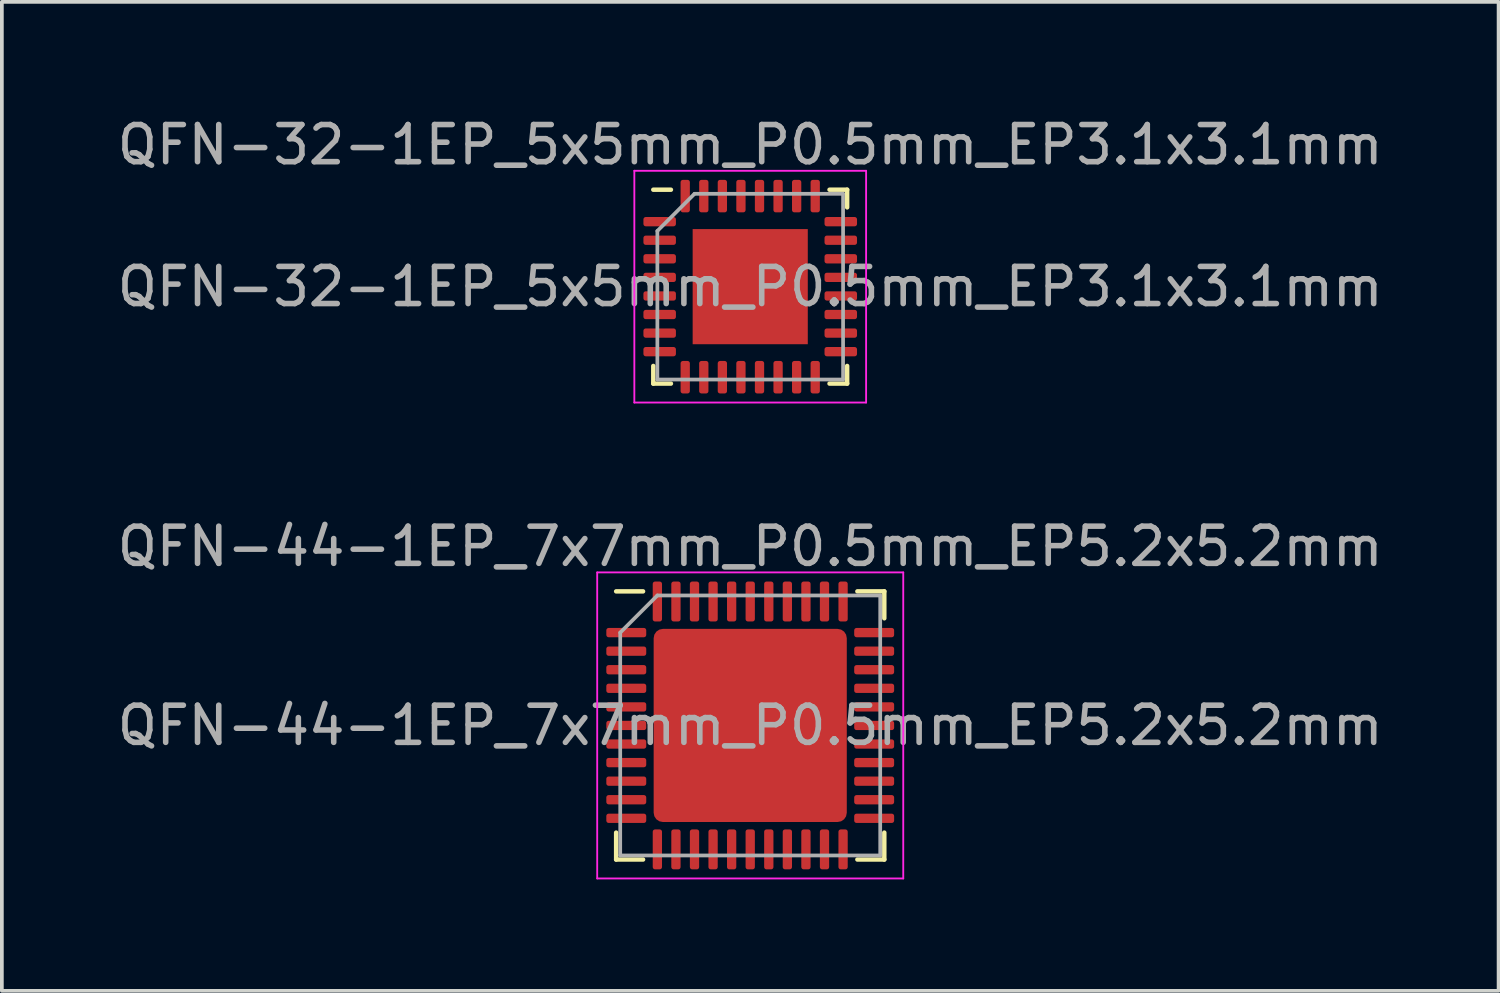
<source format=kicad_pcb>
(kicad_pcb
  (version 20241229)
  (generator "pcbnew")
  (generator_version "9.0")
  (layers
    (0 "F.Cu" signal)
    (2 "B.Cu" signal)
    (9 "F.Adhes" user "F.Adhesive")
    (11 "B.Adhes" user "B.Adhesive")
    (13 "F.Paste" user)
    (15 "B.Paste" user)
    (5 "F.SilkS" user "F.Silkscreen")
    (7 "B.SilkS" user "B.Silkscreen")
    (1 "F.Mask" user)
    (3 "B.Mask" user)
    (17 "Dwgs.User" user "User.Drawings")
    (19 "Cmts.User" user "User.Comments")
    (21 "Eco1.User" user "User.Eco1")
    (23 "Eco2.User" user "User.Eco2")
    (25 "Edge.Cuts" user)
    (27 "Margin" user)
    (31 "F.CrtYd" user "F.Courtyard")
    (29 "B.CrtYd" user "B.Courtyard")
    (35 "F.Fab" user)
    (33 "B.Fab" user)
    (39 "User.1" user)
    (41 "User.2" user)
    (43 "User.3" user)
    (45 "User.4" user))
  (footprint "QFN-32-1EP_5x5mm_P0.5mm_EP3.1x3.1mm"
    (layer "F.Cu")
    (at 17.149 4.668)
    (property "Reference" "QFN-32-1EP_5x5mm_P0.5mm_EP3.1x3.1mm" (at 0 -3.82 180) (layer "F.Fab") (effects (font (size 1 1) (thickness 0.15))))
    (attr smd)
    (fp_line (start -2.61 2.61) (end -2.61 2.135) (stroke (width 0.12) (type solid)) (layer "F.SilkS"))
    (fp_line (start -2.135 -2.61) (end -2.61 -2.61) (stroke (width 0.12) (type solid)) (layer "F.SilkS"))
    (fp_line (start -2.135 2.61) (end -2.61 2.61) (stroke (width 0.12) (type solid)) (layer "F.SilkS"))
    (fp_line (start 2.135 -2.61) (end 2.61 -2.61) (stroke (width 0.12) (type solid)) (layer "F.SilkS"))
    (fp_line (start 2.135 2.61) (end 2.61 2.61) (stroke (width 0.12) (type solid)) (layer "F.SilkS"))
    (fp_line (start 2.61 -2.61) (end 2.61 -2.135) (stroke (width 0.12) (type solid)) (layer "F.SilkS"))
    (fp_line (start 2.61 2.61) (end 2.61 2.135) (stroke (width 0.12) (type solid)) (layer "F.SilkS"))
    (fp_line (start -3.12 -3.12) (end -3.12 3.12) (stroke (width 0.05) (type solid)) (layer "F.CrtYd"))
    (fp_line (start -3.12 3.12) (end 3.12 3.12) (stroke (width 0.05) (type solid)) (layer "F.CrtYd"))
    (fp_line (start 3.12 -3.12) (end -3.12 -3.12) (stroke (width 0.05) (type solid)) (layer "F.CrtYd"))
    (fp_line (start 3.12 3.12) (end 3.12 -3.12) (stroke (width 0.05) (type solid)) (layer "F.CrtYd"))
    (fp_line (start -2.5 -1.5) (end -1.5 -2.5) (stroke (width 0.1) (type solid)) (layer "F.Fab"))
    (fp_line (start -2.5 2.5) (end -2.5 -1.5) (stroke (width 0.1) (type solid)) (layer "F.Fab"))
    (fp_line (start -1.5 -2.5) (end 2.5 -2.5) (stroke (width 0.1) (type solid)) (layer "F.Fab"))
    (fp_line (start 2.5 -2.5) (end 2.5 2.5) (stroke (width 0.1) (type solid)) (layer "F.Fab"))
    (fp_line (start 2.5 2.5) (end -2.5 2.5) (stroke (width 0.1) (type solid)) (layer "F.Fab"))
    (fp_text user "${REFERENCE}" (at 0 0 180) (layer "F.Fab") (effects (font (size 1 1) (thickness 0.15))))
    (pad "" smd roundrect (at -1.03 -1.03) (size 0.83 0.83) (layers "F.Paste") (roundrect_rratio 0.25))
    (pad "" smd roundrect (at -1.03 0) (size 0.83 0.83) (layers "F.Paste") (roundrect_rratio 0.25))
    (pad "" smd roundrect (at -1.03 1.03) (size 0.83 0.83) (layers "F.Paste") (roundrect_rratio 0.25))
    (pad "" smd roundrect (at 0 -1.03) (size 0.83 0.83) (layers "F.Paste") (roundrect_rratio 0.25))
    (pad "" smd roundrect (at 0 0) (size 0.83 0.83) (layers "F.Paste") (roundrect_rratio 0.25))
    (pad "" smd roundrect (at 0 1.03) (size 0.83 0.83) (layers "F.Paste") (roundrect_rratio 0.25))
    (pad "" smd roundrect (at 1.03 -1.03) (size 0.83 0.83) (layers "F.Paste") (roundrect_rratio 0.25))
    (pad "" smd roundrect (at 1.03 0) (size 0.83 0.83) (layers "F.Paste") (roundrect_rratio 0.25))
    (pad "" smd roundrect (at 1.03 1.03) (size 0.83 0.83) (layers "F.Paste") (roundrect_rratio 0.25))
    (pad "1" smd roundrect (at -2.438 -1.75) (size 0.875 0.25) (layers "F.Cu" "F.Mask" "F.Paste") (roundrect_rratio 0.25))
    (pad "2" smd roundrect (at -2.438 -1.25) (size 0.875 0.25) (layers "F.Cu" "F.Mask" "F.Paste") (roundrect_rratio 0.25))
    (pad "3" smd roundrect (at -2.438 -0.75) (size 0.875 0.25) (layers "F.Cu" "F.Mask" "F.Paste") (roundrect_rratio 0.25))
    (pad "4" smd roundrect (at -2.438 -0.25) (size 0.875 0.25) (layers "F.Cu" "F.Mask" "F.Paste") (roundrect_rratio 0.25))
    (pad "5" smd roundrect (at -2.438 0.25) (size 0.875 0.25) (layers "F.Cu" "F.Mask" "F.Paste") (roundrect_rratio 0.25))
    (pad "6" smd roundrect (at -2.438 0.75) (size 0.875 0.25) (layers "F.Cu" "F.Mask" "F.Paste") (roundrect_rratio 0.25))
    (pad "7" smd roundrect (at -2.438 1.25) (size 0.875 0.25) (layers "F.Cu" "F.Mask" "F.Paste") (roundrect_rratio 0.25))
    (pad "8" smd roundrect (at -2.438 1.75) (size 0.875 0.25) (layers "F.Cu" "F.Mask" "F.Paste") (roundrect_rratio 0.25))
    (pad "9" smd roundrect (at -1.75 2.438) (size 0.25 0.875) (layers "F.Cu" "F.Mask" "F.Paste") (roundrect_rratio 0.25))
    (pad "10" smd roundrect (at -1.25 2.438) (size 0.25 0.875) (layers "F.Cu" "F.Mask" "F.Paste") (roundrect_rratio 0.25))
    (pad "11" smd roundrect (at -0.75 2.438) (size 0.25 0.875) (layers "F.Cu" "F.Mask" "F.Paste") (roundrect_rratio 0.25))
    (pad "12" smd roundrect (at -0.25 2.438) (size 0.25 0.875) (layers "F.Cu" "F.Mask" "F.Paste") (roundrect_rratio 0.25))
    (pad "13" smd roundrect (at 0.25 2.438) (size 0.25 0.875) (layers "F.Cu" "F.Mask" "F.Paste") (roundrect_rratio 0.25))
    (pad "14" smd roundrect (at 0.75 2.438) (size 0.25 0.875) (layers "F.Cu" "F.Mask" "F.Paste") (roundrect_rratio 0.25))
    (pad "15" smd roundrect (at 1.25 2.438) (size 0.25 0.875) (layers "F.Cu" "F.Mask" "F.Paste") (roundrect_rratio 0.25))
    (pad "16" smd roundrect (at 1.75 2.438) (size 0.25 0.875) (layers "F.Cu" "F.Mask" "F.Paste") (roundrect_rratio 0.25))
    (pad "17" smd roundrect (at 2.438 1.75) (size 0.875 0.25) (layers "F.Cu" "F.Mask" "F.Paste") (roundrect_rratio 0.25))
    (pad "18" smd roundrect (at 2.438 1.25) (size 0.875 0.25) (layers "F.Cu" "F.Mask" "F.Paste") (roundrect_rratio 0.25))
    (pad "19" smd roundrect (at 2.438 0.75) (size 0.875 0.25) (layers "F.Cu" "F.Mask" "F.Paste") (roundrect_rratio 0.25))
    (pad "20" smd roundrect (at 2.438 0.25) (size 0.875 0.25) (layers "F.Cu" "F.Mask" "F.Paste") (roundrect_rratio 0.25))
    (pad "21" smd roundrect (at 2.438 -0.25) (size 0.875 0.25) (layers "F.Cu" "F.Mask" "F.Paste") (roundrect_rratio 0.25))
    (pad "22" smd roundrect (at 2.438 -0.75) (size 0.875 0.25) (layers "F.Cu" "F.Mask" "F.Paste") (roundrect_rratio 0.25))
    (pad "23" smd roundrect (at 2.438 -1.25) (size 0.875 0.25) (layers "F.Cu" "F.Mask" "F.Paste") (roundrect_rratio 0.25))
    (pad "24" smd roundrect (at 2.438 -1.75) (size 0.875 0.25) (layers "F.Cu" "F.Mask" "F.Paste") (roundrect_rratio 0.25))
    (pad "25" smd roundrect (at 1.75 -2.438) (size 0.25 0.875) (layers "F.Cu" "F.Mask" "F.Paste") (roundrect_rratio 0.25))
    (pad "26" smd roundrect (at 1.25 -2.438) (size 0.25 0.875) (layers "F.Cu" "F.Mask" "F.Paste") (roundrect_rratio 0.25))
    (pad "27" smd roundrect (at 0.75 -2.438) (size 0.25 0.875) (layers "F.Cu" "F.Mask" "F.Paste") (roundrect_rratio 0.25))
    (pad "28" smd roundrect (at 0.25 -2.438) (size 0.25 0.875) (layers "F.Cu" "F.Mask" "F.Paste") (roundrect_rratio 0.25))
    (pad "29" smd roundrect (at -0.25 -2.438) (size 0.25 0.875) (layers "F.Cu" "F.Mask" "F.Paste") (roundrect_rratio 0.25))
    (pad "30" smd roundrect (at -0.75 -2.438) (size 0.25 0.875) (layers "F.Cu" "F.Mask" "F.Paste") (roundrect_rratio 0.25))
    (pad "31" smd roundrect (at -1.25 -2.438) (size 0.25 0.875) (layers "F.Cu" "F.Mask" "F.Paste") (roundrect_rratio 0.25))
    (pad "32" smd roundrect (at -1.75 -2.438) (size 0.25 0.875) (layers "F.Cu" "F.Mask" "F.Paste") (roundrect_rratio 0.25))
    (pad "33" smd rect (at 0 0) (size 3.1 3.1) (layers "F.Cu" "F.Mask")))
  (footprint "QFN-44-1EP_7x7mm_P0.5mm_EP5.2x5.2mm"
    (layer "F.Cu")
    (at 17.149 16.482)
    (property "Reference" "QFN-44-1EP_7x7mm_P0.5mm_EP5.2x5.2mm" (at 0 -4.82 0) (layer "F.Fab") (effects (font (size 1 1) (thickness 0.15))))
    (attr smd)
    (fp_line (start -3.61 3.61) (end -3.61 2.885) (stroke (width 0.12) (type solid)) (layer "F.SilkS"))
    (fp_line (start -2.885 -3.61) (end -3.61 -3.61) (stroke (width 0.12) (type solid)) (layer "F.SilkS"))
    (fp_line (start -2.885 3.61) (end -3.61 3.61) (stroke (width 0.12) (type solid)) (layer "F.SilkS"))
    (fp_line (start 2.885 -3.61) (end 3.61 -3.61) (stroke (width 0.12) (type solid)) (layer "F.SilkS"))
    (fp_line (start 2.885 3.61) (end 3.61 3.61) (stroke (width 0.12) (type solid)) (layer "F.SilkS"))
    (fp_line (start 3.61 -3.61) (end 3.61 -2.885) (stroke (width 0.12) (type solid)) (layer "F.SilkS"))
    (fp_line (start 3.61 3.61) (end 3.61 2.885) (stroke (width 0.12) (type solid)) (layer "F.SilkS"))
    (fp_line (start -4.12 -4.12) (end -4.12 4.12) (stroke (width 0.05) (type solid)) (layer "F.CrtYd"))
    (fp_line (start -4.12 4.12) (end 4.12 4.12) (stroke (width 0.05) (type solid)) (layer "F.CrtYd"))
    (fp_line (start 4.12 -4.12) (end -4.12 -4.12) (stroke (width 0.05) (type solid)) (layer "F.CrtYd"))
    (fp_line (start 4.12 4.12) (end 4.12 -4.12) (stroke (width 0.05) (type solid)) (layer "F.CrtYd"))
    (fp_line (start -3.5 -2.5) (end -2.5 -3.5) (stroke (width 0.1) (type solid)) (layer "F.Fab"))
    (fp_line (start -3.5 3.5) (end -3.5 -2.5) (stroke (width 0.1) (type solid)) (layer "F.Fab"))
    (fp_line (start -2.5 -3.5) (end 3.5 -3.5) (stroke (width 0.1) (type solid)) (layer "F.Fab"))
    (fp_line (start 3.5 -3.5) (end 3.5 3.5) (stroke (width 0.1) (type solid)) (layer "F.Fab"))
    (fp_line (start 3.5 3.5) (end -3.5 3.5) (stroke (width 0.1) (type solid)) (layer "F.Fab"))
    (fp_text user "${REFERENCE}" (at 0 0 0) (layer "F.Fab") (effects (font (size 1 1) (thickness 0.15))))
    (pad "" smd roundrect (at -1.95 -1.95) (size 1.05 1.05) (layers "F.Paste") (roundrect_rratio 0.238))
    (pad "" smd roundrect (at -1.95 -0.65) (size 1.05 1.05) (layers "F.Paste") (roundrect_rratio 0.238))
    (pad "" smd roundrect (at -1.95 0.65) (size 1.05 1.05) (layers "F.Paste") (roundrect_rratio 0.238))
    (pad "" smd roundrect (at -1.95 1.95) (size 1.05 1.05) (layers "F.Paste") (roundrect_rratio 0.238))
    (pad "" smd roundrect (at -0.65 -1.95) (size 1.05 1.05) (layers "F.Paste") (roundrect_rratio 0.238))
    (pad "" smd roundrect (at -0.65 -0.65) (size 1.05 1.05) (layers "F.Paste") (roundrect_rratio 0.238))
    (pad "" smd roundrect (at -0.65 0.65) (size 1.05 1.05) (layers "F.Paste") (roundrect_rratio 0.238))
    (pad "" smd roundrect (at -0.65 1.95) (size 1.05 1.05) (layers "F.Paste") (roundrect_rratio 0.238))
    (pad "" smd roundrect (at 0.65 -1.95) (size 1.05 1.05) (layers "F.Paste") (roundrect_rratio 0.238))
    (pad "" smd roundrect (at 0.65 -0.65) (size 1.05 1.05) (layers "F.Paste") (roundrect_rratio 0.238))
    (pad "" smd roundrect (at 0.65 0.65) (size 1.05 1.05) (layers "F.Paste") (roundrect_rratio 0.238))
    (pad "" smd roundrect (at 0.65 1.95) (size 1.05 1.05) (layers "F.Paste") (roundrect_rratio 0.238))
    (pad "" smd roundrect (at 1.95 -1.95) (size 1.05 1.05) (layers "F.Paste") (roundrect_rratio 0.238))
    (pad "" smd roundrect (at 1.95 -0.65) (size 1.05 1.05) (layers "F.Paste") (roundrect_rratio 0.238))
    (pad "" smd roundrect (at 1.95 0.65) (size 1.05 1.05) (layers "F.Paste") (roundrect_rratio 0.238))
    (pad "" smd roundrect (at 1.95 1.95) (size 1.05 1.05) (layers "F.Paste") (roundrect_rratio 0.238))
    (pad "1" smd roundrect (at -3.337 -2.5) (size 1.075 0.25) (layers "F.Cu" "F.Mask" "F.Paste") (roundrect_rratio 0.25))
    (pad "2" smd roundrect (at -3.337 -2) (size 1.075 0.25) (layers "F.Cu" "F.Mask" "F.Paste") (roundrect_rratio 0.25))
    (pad "3" smd roundrect (at -3.337 -1.5) (size 1.075 0.25) (layers "F.Cu" "F.Mask" "F.Paste") (roundrect_rratio 0.25))
    (pad "4" smd roundrect (at -3.337 -1) (size 1.075 0.25) (layers "F.Cu" "F.Mask" "F.Paste") (roundrect_rratio 0.25))
    (pad "5" smd roundrect (at -3.337 -0.5) (size 1.075 0.25) (layers "F.Cu" "F.Mask" "F.Paste") (roundrect_rratio 0.25))
    (pad "6" smd roundrect (at -3.337 0) (size 1.075 0.25) (layers "F.Cu" "F.Mask" "F.Paste") (roundrect_rratio 0.25))
    (pad "7" smd roundrect (at -3.337 0.5) (size 1.075 0.25) (layers "F.Cu" "F.Mask" "F.Paste") (roundrect_rratio 0.25))
    (pad "8" smd roundrect (at -3.337 1) (size 1.075 0.25) (layers "F.Cu" "F.Mask" "F.Paste") (roundrect_rratio 0.25))
    (pad "9" smd roundrect (at -3.337 1.5) (size 1.075 0.25) (layers "F.Cu" "F.Mask" "F.Paste") (roundrect_rratio 0.25))
    (pad "10" smd roundrect (at -3.337 2) (size 1.075 0.25) (layers "F.Cu" "F.Mask" "F.Paste") (roundrect_rratio 0.25))
    (pad "11" smd roundrect (at -3.337 2.5) (size 1.075 0.25) (layers "F.Cu" "F.Mask" "F.Paste") (roundrect_rratio 0.25))
    (pad "12" smd roundrect (at -2.5 3.337) (size 0.25 1.075) (layers "F.Cu" "F.Mask" "F.Paste") (roundrect_rratio 0.25))
    (pad "13" smd roundrect (at -2 3.337) (size 0.25 1.075) (layers "F.Cu" "F.Mask" "F.Paste") (roundrect_rratio 0.25))
    (pad "14" smd roundrect (at -1.5 3.337) (size 0.25 1.075) (layers "F.Cu" "F.Mask" "F.Paste") (roundrect_rratio 0.25))
    (pad "15" smd roundrect (at -1 3.337) (size 0.25 1.075) (layers "F.Cu" "F.Mask" "F.Paste") (roundrect_rratio 0.25))
    (pad "16" smd roundrect (at -0.5 3.337) (size 0.25 1.075) (layers "F.Cu" "F.Mask" "F.Paste") (roundrect_rratio 0.25))
    (pad "17" smd roundrect (at 0 3.337) (size 0.25 1.075) (layers "F.Cu" "F.Mask" "F.Paste") (roundrect_rratio 0.25))
    (pad "18" smd roundrect (at 0.5 3.337) (size 0.25 1.075) (layers "F.Cu" "F.Mask" "F.Paste") (roundrect_rratio 0.25))
    (pad "19" smd roundrect (at 1 3.337) (size 0.25 1.075) (layers "F.Cu" "F.Mask" "F.Paste") (roundrect_rratio 0.25))
    (pad "20" smd roundrect (at 1.5 3.337) (size 0.25 1.075) (layers "F.Cu" "F.Mask" "F.Paste") (roundrect_rratio 0.25))
    (pad "21" smd roundrect (at 2 3.337) (size 0.25 1.075) (layers "F.Cu" "F.Mask" "F.Paste") (roundrect_rratio 0.25))
    (pad "22" smd roundrect (at 2.5 3.337) (size 0.25 1.075) (layers "F.Cu" "F.Mask" "F.Paste") (roundrect_rratio 0.25))
    (pad "23" smd roundrect (at 3.337 2.5) (size 1.075 0.25) (layers "F.Cu" "F.Mask" "F.Paste") (roundrect_rratio 0.25))
    (pad "24" smd roundrect (at 3.337 2) (size 1.075 0.25) (layers "F.Cu" "F.Mask" "F.Paste") (roundrect_rratio 0.25))
    (pad "25" smd roundrect (at 3.337 1.5) (size 1.075 0.25) (layers "F.Cu" "F.Mask" "F.Paste") (roundrect_rratio 0.25))
    (pad "26" smd roundrect (at 3.337 1) (size 1.075 0.25) (layers "F.Cu" "F.Mask" "F.Paste") (roundrect_rratio 0.25))
    (pad "27" smd roundrect (at 3.337 0.5) (size 1.075 0.25) (layers "F.Cu" "F.Mask" "F.Paste") (roundrect_rratio 0.25))
    (pad "28" smd roundrect (at 3.337 0) (size 1.075 0.25) (layers "F.Cu" "F.Mask" "F.Paste") (roundrect_rratio 0.25))
    (pad "29" smd roundrect (at 3.337 -0.5) (size 1.075 0.25) (layers "F.Cu" "F.Mask" "F.Paste") (roundrect_rratio 0.25))
    (pad "30" smd roundrect (at 3.337 -1) (size 1.075 0.25) (layers "F.Cu" "F.Mask" "F.Paste") (roundrect_rratio 0.25))
    (pad "31" smd roundrect (at 3.337 -1.5) (size 1.075 0.25) (layers "F.Cu" "F.Mask" "F.Paste") (roundrect_rratio 0.25))
    (pad "32" smd roundrect (at 3.337 -2) (size 1.075 0.25) (layers "F.Cu" "F.Mask" "F.Paste") (roundrect_rratio 0.25))
    (pad "33" smd roundrect (at 3.337 -2.5) (size 1.075 0.25) (layers "F.Cu" "F.Mask" "F.Paste") (roundrect_rratio 0.25))
    (pad "34" smd roundrect (at 2.5 -3.337) (size 0.25 1.075) (layers "F.Cu" "F.Mask" "F.Paste") (roundrect_rratio 0.25))
    (pad "35" smd roundrect (at 2 -3.337) (size 0.25 1.075) (layers "F.Cu" "F.Mask" "F.Paste") (roundrect_rratio 0.25))
    (pad "36" smd roundrect (at 1.5 -3.337) (size 0.25 1.075) (layers "F.Cu" "F.Mask" "F.Paste") (roundrect_rratio 0.25))
    (pad "37" smd roundrect (at 1 -3.337) (size 0.25 1.075) (layers "F.Cu" "F.Mask" "F.Paste") (roundrect_rratio 0.25))
    (pad "38" smd roundrect (at 0.5 -3.337) (size 0.25 1.075) (layers "F.Cu" "F.Mask" "F.Paste") (roundrect_rratio 0.25))
    (pad "39" smd roundrect (at 0 -3.337) (size 0.25 1.075) (layers "F.Cu" "F.Mask" "F.Paste") (roundrect_rratio 0.25))
    (pad "40" smd roundrect (at -0.5 -3.337) (size 0.25 1.075) (layers "F.Cu" "F.Mask" "F.Paste") (roundrect_rratio 0.25))
    (pad "41" smd roundrect (at -1 -3.337) (size 0.25 1.075) (layers "F.Cu" "F.Mask" "F.Paste") (roundrect_rratio 0.25))
    (pad "42" smd roundrect (at -1.5 -3.337) (size 0.25 1.075) (layers "F.Cu" "F.Mask" "F.Paste") (roundrect_rratio 0.25))
    (pad "43" smd roundrect (at -2 -3.337) (size 0.25 1.075) (layers "F.Cu" "F.Mask" "F.Paste") (roundrect_rratio 0.25))
    (pad "44" smd roundrect (at -2.5 -3.337) (size 0.25 1.075) (layers "F.Cu" "F.Mask" "F.Paste") (roundrect_rratio 0.25))
    (pad "45" smd roundrect (at 0 0) (size 5.2 5.2) (layers "F.Cu" "F.Mask") (roundrect_rratio 0.048)))
  (gr_rect
    (start -3 -3)
    (end 37.298 23.627)
    (stroke (width 0.1) (type default))
    (fill no)
    (layer "Edge.Cuts")))
</source>
